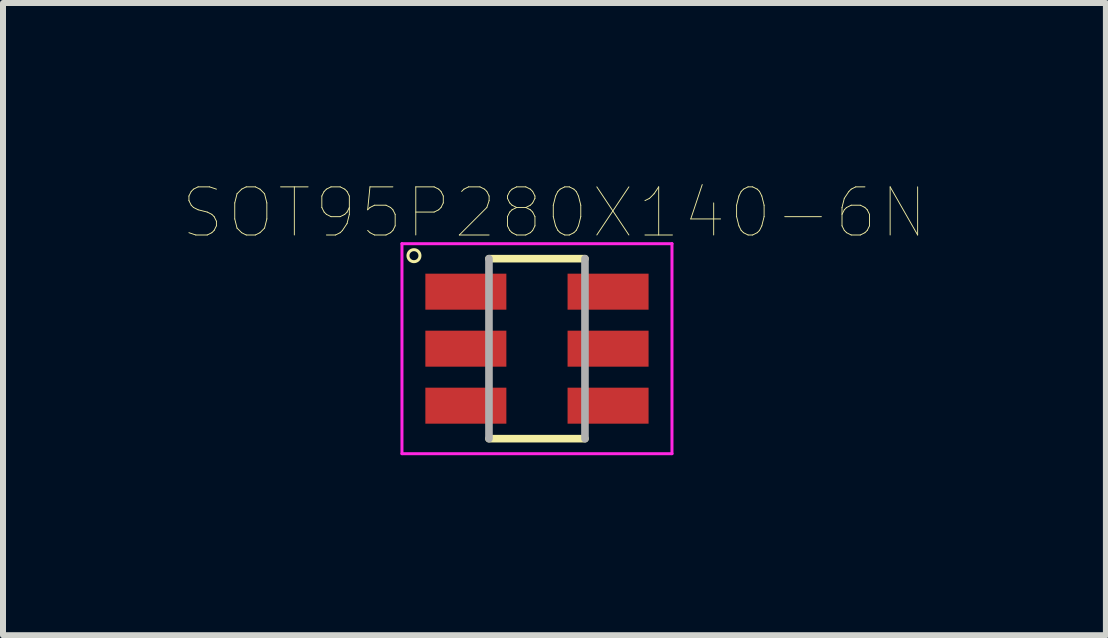
<source format=kicad_pcb>
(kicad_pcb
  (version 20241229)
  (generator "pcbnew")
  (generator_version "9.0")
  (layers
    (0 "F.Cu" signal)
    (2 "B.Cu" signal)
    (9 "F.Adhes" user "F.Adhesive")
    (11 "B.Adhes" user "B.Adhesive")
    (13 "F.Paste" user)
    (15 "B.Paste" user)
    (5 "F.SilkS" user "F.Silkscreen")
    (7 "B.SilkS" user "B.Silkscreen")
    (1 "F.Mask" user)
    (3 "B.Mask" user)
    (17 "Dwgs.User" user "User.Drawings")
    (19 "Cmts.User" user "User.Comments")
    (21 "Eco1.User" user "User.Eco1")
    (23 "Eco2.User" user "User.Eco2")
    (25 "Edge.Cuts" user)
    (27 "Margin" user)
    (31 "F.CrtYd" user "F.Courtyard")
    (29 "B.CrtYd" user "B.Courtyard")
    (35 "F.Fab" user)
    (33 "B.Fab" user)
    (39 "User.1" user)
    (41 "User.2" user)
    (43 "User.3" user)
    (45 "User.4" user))
  (footprint "SOT95P280X140-6N"
    (layer "F.Cu")
    (at 5.899 2.761)
    (property "Reference" "SOT95P280X140-6N" (at 0.291 -2.265 0) (layer "F.SilkS") (effects (font (size 0.802 0.802) (thickness 0.015))))
    (attr through_hole)
    (fp_line (start -0.8 -1.5) (end 0.8 -1.5) (stroke (width 0.127) (type solid)) (layer "F.SilkS"))
    (fp_line (start 0.8 1.5) (end -0.8 1.5) (stroke (width 0.127) (type solid)) (layer "F.SilkS"))
    (fp_circle (center -2.05 -1.55) (end -1.95 -1.55) (stroke (width 0.05) (type solid)) (fill no) (layer "F.SilkS"))
    (fp_line (start -2.25 -1.75) (end 2.25 -1.75) (stroke (width 0.05) (type solid)) (layer "F.CrtYd"))
    (fp_line (start -2.25 1.75) (end -2.25 -1.75) (stroke (width 0.05) (type solid)) (layer "F.CrtYd"))
    (fp_line (start 2.25 -1.75) (end 2.25 1.75) (stroke (width 0.05) (type solid)) (layer "F.CrtYd"))
    (fp_line (start 2.25 1.75) (end -2.25 1.75) (stroke (width 0.05) (type solid)) (layer "F.CrtYd"))
    (fp_line (start -0.8 1.5) (end -0.8 -1.5) (stroke (width 0.127) (type solid)) (layer "F.Fab"))
    (fp_line (start 0.8 -1.5) (end 0.8 1.5) (stroke (width 0.127) (type solid)) (layer "F.Fab"))
    (pad "1" smd rect (at -1.185 -0.95) (size 1.35 0.6) (layers "F.Cu" "F.Mask" "F.Paste"))
    (pad "2" smd rect (at -1.185 0) (size 1.35 0.6) (layers "F.Cu" "F.Mask" "F.Paste"))
    (pad "3" smd rect (at -1.185 0.95) (size 1.35 0.6) (layers "F.Cu" "F.Mask" "F.Paste"))
    (pad "4" smd rect (at 1.185 0.95) (size 1.35 0.6) (layers "F.Cu" "F.Mask" "F.Paste"))
    (pad "5" smd rect (at 1.185 0) (size 1.35 0.6) (layers "F.Cu" "F.Mask" "F.Paste"))
    (pad "6" smd rect (at 1.185 -0.95) (size 1.35 0.6) (layers "F.Cu" "F.Mask" "F.Paste")))
  (gr_rect
    (start -3 -3)
    (end 15.381 7.536)
    (stroke (width 0.1) (type default))
    (fill no)
    (layer "Edge.Cuts")))
</source>
